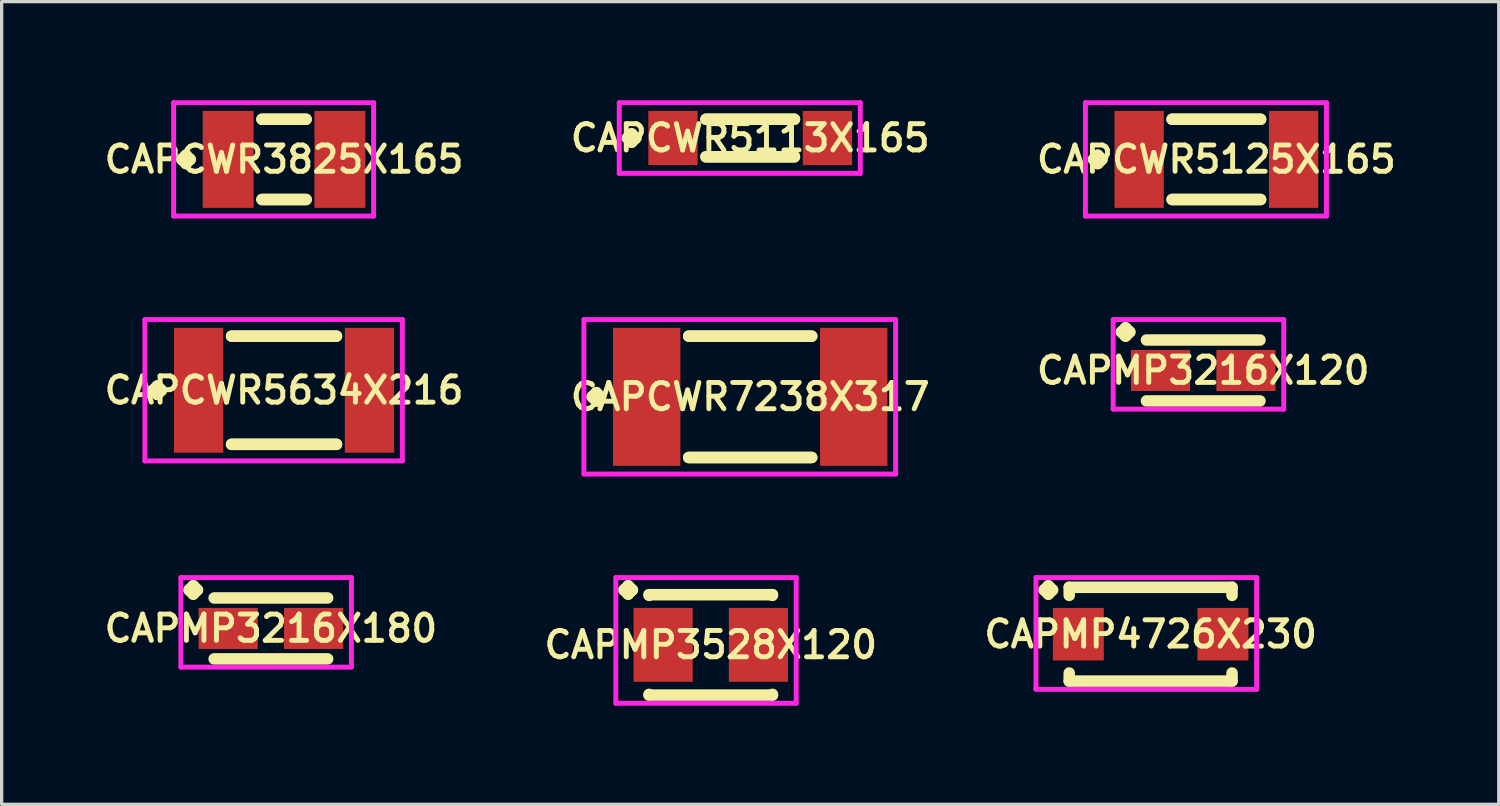
<source format=kicad_pcb>
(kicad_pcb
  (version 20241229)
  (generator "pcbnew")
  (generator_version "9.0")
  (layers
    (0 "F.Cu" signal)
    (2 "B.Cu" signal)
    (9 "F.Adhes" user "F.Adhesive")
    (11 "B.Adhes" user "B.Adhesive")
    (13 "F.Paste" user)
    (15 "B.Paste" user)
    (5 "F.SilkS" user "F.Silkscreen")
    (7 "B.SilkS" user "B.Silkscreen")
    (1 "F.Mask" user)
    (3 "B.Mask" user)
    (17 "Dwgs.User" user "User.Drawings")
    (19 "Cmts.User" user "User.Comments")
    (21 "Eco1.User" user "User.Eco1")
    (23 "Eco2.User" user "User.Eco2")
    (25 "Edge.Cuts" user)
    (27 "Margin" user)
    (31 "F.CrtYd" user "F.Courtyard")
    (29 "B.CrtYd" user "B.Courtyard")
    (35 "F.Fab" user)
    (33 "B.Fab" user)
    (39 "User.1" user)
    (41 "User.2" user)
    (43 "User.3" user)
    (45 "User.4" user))
  (footprint "CAPCWR5113X165"
    (layer "F.Cu")
    (at 19.778 1.15)
    (property "Reference" "CAPCWR5113X165" (at 0 0 0) (layer "F.SilkS") (effects (font (size 0.8 0.8) (thickness 0.15))))
    (attr smd)
    (fp_line (start -3.735 0) (end -3.608 -0.127) (stroke (width 0.35) (type solid)) (layer "F.SilkS"))
    (fp_line (start -3.608 -0.127) (end -3.481 0) (stroke (width 0.35) (type solid)) (layer "F.SilkS"))
    (fp_line (start -3.608 0.127) (end -3.735 0) (stroke (width 0.35) (type solid)) (layer "F.SilkS"))
    (fp_line (start -3.481 0) (end -3.608 0.127) (stroke (width 0.35) (type solid)) (layer "F.SilkS"))
    (fp_line (start -1.346 -0.571) (end 1.346 -0.571) (stroke (width 0.35) (type solid)) (layer "F.SilkS"))
    (fp_line (start -1.346 0.571) (end 1.346 0.571) (stroke (width 0.35) (type solid)) (layer "F.SilkS"))
    (fp_line (start 1.346 -0.571) (end -1.346 -0.571) (stroke (width 0.35) (type solid)) (layer "F.SilkS"))
    (fp_line (start 1.346 0.571) (end -1.346 0.571) (stroke (width 0.35) (type solid)) (layer "F.SilkS"))
    (fp_line (start -3.985 -1.075) (end 3.35 -1.075) (stroke (width 0.15) (type solid)) (layer "F.CrtYd"))
    (fp_line (start -3.985 1.075) (end -3.985 -1.075) (stroke (width 0.15) (type solid)) (layer "F.CrtYd"))
    (fp_line (start 3.35 -1.075) (end 3.35 1.075) (stroke (width 0.15) (type solid)) (layer "F.CrtYd"))
    (fp_line (start 3.35 1.075) (end -3.985 1.075) (stroke (width 0.15) (type solid)) (layer "F.CrtYd"))
    (pad "1" smd rect (at -2.35 0) (size 1.5 1.65) (layers "F.Cu" "F.Mask" "F.Paste"))
    (pad "2" smd rect (at 2.35 0) (size 1.5 1.65) (layers "F.Cu" "F.Mask" "F.Paste")))
  (footprint "CAPCWR7238X317"
    (layer "F.Cu")
    (at 19.778 9.025)
    (property "Reference" "CAPCWR7238X317" (at 0 0 0) (layer "F.SilkS") (effects (font (size 0.8 0.8) (thickness 0.15))))
    (attr smd)
    (fp_line (start -4.81 0) (end -4.683 -0.127) (stroke (width 0.35) (type solid)) (layer "F.SilkS"))
    (fp_line (start -4.683 -0.127) (end -4.556 0) (stroke (width 0.35) (type solid)) (layer "F.SilkS"))
    (fp_line (start -4.683 0.127) (end -4.81 0) (stroke (width 0.35) (type solid)) (layer "F.SilkS"))
    (fp_line (start -4.556 0) (end -4.683 0.127) (stroke (width 0.35) (type solid)) (layer "F.SilkS"))
    (fp_line (start -1.871 -1.846) (end 1.871 -1.846) (stroke (width 0.35) (type solid)) (layer "F.SilkS"))
    (fp_line (start -1.871 1.846) (end 1.871 1.846) (stroke (width 0.35) (type solid)) (layer "F.SilkS"))
    (fp_line (start 1.871 -1.846) (end -1.871 -1.846) (stroke (width 0.35) (type solid)) (layer "F.SilkS"))
    (fp_line (start 1.871 1.846) (end -1.871 1.846) (stroke (width 0.35) (type solid)) (layer "F.SilkS"))
    (fp_line (start -5.06 -2.35) (end 4.425 -2.35) (stroke (width 0.15) (type solid)) (layer "F.CrtYd"))
    (fp_line (start -5.06 2.35) (end -5.06 -2.35) (stroke (width 0.15) (type solid)) (layer "F.CrtYd"))
    (fp_line (start 4.425 -2.35) (end 4.425 2.35) (stroke (width 0.15) (type solid)) (layer "F.CrtYd"))
    (fp_line (start 4.425 2.35) (end -5.06 2.35) (stroke (width 0.15) (type solid)) (layer "F.CrtYd"))
    (pad "1" smd rect (at -3.15 0) (size 2.05 4.2) (layers "F.Cu" "F.Mask" "F.Paste"))
    (pad "2" smd rect (at 3.15 0) (size 2.05 4.2) (layers "F.Cu" "F.Mask" "F.Paste")))
  (footprint "CAPCWR5125X165"
    (layer "F.Cu")
    (at 33.963 1.8)
    (property "Reference" "CAPCWR5125X165" (at 0 0 0) (layer "F.SilkS") (effects (font (size 0.8 0.8) (thickness 0.15))))
    (attr smd)
    (fp_line (start -3.735 0) (end -3.608 -0.127) (stroke (width 0.35) (type solid)) (layer "F.SilkS"))
    (fp_line (start -3.608 -0.127) (end -3.481 0) (stroke (width 0.35) (type solid)) (layer "F.SilkS"))
    (fp_line (start -3.608 0.127) (end -3.735 0) (stroke (width 0.35) (type solid)) (layer "F.SilkS"))
    (fp_line (start -3.481 0) (end -3.608 0.127) (stroke (width 0.35) (type solid)) (layer "F.SilkS"))
    (fp_line (start -1.346 -1.221) (end 1.346 -1.221) (stroke (width 0.35) (type solid)) (layer "F.SilkS"))
    (fp_line (start -1.346 1.221) (end 1.346 1.221) (stroke (width 0.35) (type solid)) (layer "F.SilkS"))
    (fp_line (start 1.346 -1.221) (end -1.346 -1.221) (stroke (width 0.35) (type solid)) (layer "F.SilkS"))
    (fp_line (start 1.346 1.221) (end -1.346 1.221) (stroke (width 0.35) (type solid)) (layer "F.SilkS"))
    (fp_line (start -3.985 -1.725) (end 3.35 -1.725) (stroke (width 0.15) (type solid)) (layer "F.CrtYd"))
    (fp_line (start -3.985 1.725) (end -3.985 -1.725) (stroke (width 0.15) (type solid)) (layer "F.CrtYd"))
    (fp_line (start 3.35 -1.725) (end 3.35 1.725) (stroke (width 0.15) (type solid)) (layer "F.CrtYd"))
    (fp_line (start 3.35 1.725) (end -3.985 1.725) (stroke (width 0.15) (type solid)) (layer "F.CrtYd"))
    (pad "1" smd rect (at -2.35 0) (size 1.5 2.95) (layers "F.Cu" "F.Mask" "F.Paste"))
    (pad "2" smd rect (at 2.35 0) (size 1.5 2.95) (layers "F.Cu" "F.Mask" "F.Paste")))
  (footprint "CAPMP3216X120"
    (layer "F.Cu")
    (at 33.563 8.223)
    (property "Reference" "CAPMP3216X120" (at 0 0 0) (layer "F.SilkS") (effects (font (size 0.8 0.8) (thickness 0.15))))
    (attr smd)
    (fp_line (start -2.489 -1.171) (end -2.362 -1.298) (stroke (width 0.35) (type solid)) (layer "F.SilkS"))
    (fp_line (start -2.362 -1.298) (end -2.235 -1.171) (stroke (width 0.35) (type solid)) (layer "F.SilkS"))
    (fp_line (start -2.362 -1.044) (end -2.489 -1.171) (stroke (width 0.35) (type solid)) (layer "F.SilkS"))
    (fp_line (start -2.235 -1.171) (end -2.362 -1.044) (stroke (width 0.35) (type solid)) (layer "F.SilkS"))
    (fp_line (start -1.727 -0.927) (end 1.727 -0.927) (stroke (width 0.35) (type solid)) (layer "F.SilkS"))
    (fp_line (start -1.727 0.927) (end 1.727 0.927) (stroke (width 0.35) (type solid)) (layer "F.SilkS"))
    (fp_line (start -2.739 -1.548) (end 2.45 -1.548) (stroke (width 0.15) (type solid)) (layer "F.CrtYd"))
    (fp_line (start -2.739 1.177) (end -2.739 -1.548) (stroke (width 0.15) (type solid)) (layer "F.CrtYd"))
    (fp_line (start 2.45 -1.548) (end 2.45 1.177) (stroke (width 0.15) (type solid)) (layer "F.CrtYd"))
    (fp_line (start 2.45 1.177) (end -2.739 1.177) (stroke (width 0.15) (type solid)) (layer "F.CrtYd"))
    (pad "1" smd rect (at -1.3 0) (size 1.8 1.25) (layers "F.Cu" "F.Mask" "F.Paste"))
    (pad "2" smd rect (at 1.3 0) (size 1.8 1.25) (layers "F.Cu" "F.Mask" "F.Paste")))
  (footprint "CAPMP4726X230"
    (layer "F.Cu")
    (at 31.963 16.248)
    (property "Reference" "CAPMP4726X230" (at 0 0 0) (layer "F.SilkS") (effects (font (size 0.8 0.8) (thickness 0.15))))
    (attr smd)
    (fp_line (start -3.239 -1.346) (end -3.112 -1.473) (stroke (width 0.35) (type solid)) (layer "F.SilkS"))
    (fp_line (start -3.112 -1.473) (end -2.985 -1.346) (stroke (width 0.35) (type solid)) (layer "F.SilkS"))
    (fp_line (start -3.112 -1.219) (end -3.239 -1.346) (stroke (width 0.35) (type solid)) (layer "F.SilkS"))
    (fp_line (start -2.985 -1.346) (end -3.112 -1.219) (stroke (width 0.35) (type solid)) (layer "F.SilkS"))
    (fp_line (start -2.477 -1.427) (end 2.477 -1.427) (stroke (width 0.35) (type solid)) (layer "F.SilkS"))
    (fp_line (start -2.477 -1.181) (end -2.477 -1.427) (stroke (width 0.35) (type solid)) (layer "F.SilkS"))
    (fp_line (start -2.477 1.181) (end -2.477 1.427) (stroke (width 0.35) (type solid)) (layer "F.SilkS"))
    (fp_line (start -2.477 1.427) (end 2.477 1.427) (stroke (width 0.35) (type solid)) (layer "F.SilkS"))
    (fp_line (start 2.477 -1.427) (end 2.477 -1.181) (stroke (width 0.35) (type solid)) (layer "F.SilkS"))
    (fp_line (start 2.477 1.427) (end 2.477 1.181) (stroke (width 0.35) (type solid)) (layer "F.SilkS"))
    (fp_line (start -3.489 -1.723) (end 3.225 -1.723) (stroke (width 0.15) (type solid)) (layer "F.CrtYd"))
    (fp_line (start -3.489 1.677) (end -3.489 -1.723) (stroke (width 0.15) (type solid)) (layer "F.CrtYd"))
    (fp_line (start 3.225 -1.723) (end 3.225 1.677) (stroke (width 0.15) (type solid)) (layer "F.CrtYd"))
    (fp_line (start 3.225 1.677) (end -3.489 1.677) (stroke (width 0.15) (type solid)) (layer "F.CrtYd"))
    (pad "1" smd rect (at -2.2 0) (size 1.55 1.6) (layers "F.Cu" "F.Mask" "F.Paste"))
    (pad "2" smd rect (at 2.2 0) (size 1.55 1.6) (layers "F.Cu" "F.Mask" "F.Paste")))
  (footprint "CAPMP3216X180"
    (layer "F.Cu")
    (at 5.193 16.073)
    (property "Reference" "CAPMP3216X180" (at 0 0 0) (layer "F.SilkS") (effects (font (size 0.8 0.8) (thickness 0.15))))
    (attr smd)
    (fp_line (start -2.489 -1.171) (end -2.362 -1.298) (stroke (width 0.35) (type solid)) (layer "F.SilkS"))
    (fp_line (start -2.362 -1.298) (end -2.235 -1.171) (stroke (width 0.35) (type solid)) (layer "F.SilkS"))
    (fp_line (start -2.362 -1.044) (end -2.489 -1.171) (stroke (width 0.35) (type solid)) (layer "F.SilkS"))
    (fp_line (start -2.235 -1.171) (end -2.362 -1.044) (stroke (width 0.35) (type solid)) (layer "F.SilkS"))
    (fp_line (start -1.727 -0.927) (end 1.727 -0.927) (stroke (width 0.35) (type solid)) (layer "F.SilkS"))
    (fp_line (start -1.727 0.927) (end 1.727 0.927) (stroke (width 0.35) (type solid)) (layer "F.SilkS"))
    (fp_line (start -2.739 -1.548) (end 2.45 -1.548) (stroke (width 0.15) (type solid)) (layer "F.CrtYd"))
    (fp_line (start -2.739 1.177) (end -2.739 -1.548) (stroke (width 0.15) (type solid)) (layer "F.CrtYd"))
    (fp_line (start 2.45 -1.548) (end 2.45 1.177) (stroke (width 0.15) (type solid)) (layer "F.CrtYd"))
    (fp_line (start 2.45 1.177) (end -2.739 1.177) (stroke (width 0.15) (type solid)) (layer "F.CrtYd"))
    (pad "1" smd rect (at -1.3 0) (size 1.8 1.25) (layers "F.Cu" "F.Mask" "F.Paste"))
    (pad "2" smd rect (at 1.3 0) (size 1.8 1.25) (layers "F.Cu" "F.Mask" "F.Paste")))
  (footprint "CAPMP3528X120"
    (layer "F.Cu")
    (at 18.578 16.573)
    (property "Reference" "CAPMP3528X120" (at 0 0 0) (layer "F.SilkS") (effects (font (size 0.8 0.8) (thickness 0.15))))
    (attr smd)
    (fp_line (start -2.639 -1.671) (end -2.512 -1.798) (stroke (width 0.35) (type solid)) (layer "F.SilkS"))
    (fp_line (start -2.512 -1.798) (end -2.385 -1.671) (stroke (width 0.35) (type solid)) (layer "F.SilkS"))
    (fp_line (start -2.512 -1.544) (end -2.639 -1.671) (stroke (width 0.35) (type solid)) (layer "F.SilkS"))
    (fp_line (start -2.385 -1.671) (end -2.512 -1.544) (stroke (width 0.35) (type solid)) (layer "F.SilkS"))
    (fp_line (start -1.877 -1.527) (end 1.877 -1.527) (stroke (width 0.35) (type solid)) (layer "F.SilkS"))
    (fp_line (start -1.877 -1.506) (end -1.877 -1.527) (stroke (width 0.35) (type solid)) (layer "F.SilkS"))
    (fp_line (start -1.877 1.506) (end -1.877 1.527) (stroke (width 0.35) (type solid)) (layer "F.SilkS"))
    (fp_line (start -1.877 1.527) (end 1.877 1.527) (stroke (width 0.35) (type solid)) (layer "F.SilkS"))
    (fp_line (start 1.877 -1.527) (end 1.877 -1.506) (stroke (width 0.35) (type solid)) (layer "F.SilkS"))
    (fp_line (start 1.877 1.527) (end 1.877 1.506) (stroke (width 0.35) (type solid)) (layer "F.SilkS"))
    (fp_line (start -2.889 -2.048) (end 2.6 -2.048) (stroke (width 0.15) (type solid)) (layer "F.CrtYd"))
    (fp_line (start -2.889 1.777) (end -2.889 -2.048) (stroke (width 0.15) (type solid)) (layer "F.CrtYd"))
    (fp_line (start 2.6 -2.048) (end 2.6 1.777) (stroke (width 0.15) (type solid)) (layer "F.CrtYd"))
    (fp_line (start 2.6 1.777) (end -2.889 1.777) (stroke (width 0.15) (type solid)) (layer "F.CrtYd"))
    (pad "1" smd rect (at -1.45 0) (size 1.8 2.25) (layers "F.Cu" "F.Mask" "F.Paste"))
    (pad "2" smd rect (at 1.45 0) (size 1.8 2.25) (layers "F.Cu" "F.Mask" "F.Paste")))
  (footprint "CAPCWR5634X216"
    (layer "F.Cu")
    (at 5.593 8.825)
    (property "Reference" "CAPCWR5634X216" (at 0 0 0) (layer "F.SilkS") (effects (font (size 0.8 0.8) (thickness 0.15))))
    (attr smd)
    (fp_line (start -3.985 0) (end -3.858 -0.127) (stroke (width 0.35) (type solid)) (layer "F.SilkS"))
    (fp_line (start -3.858 -0.127) (end -3.731 0) (stroke (width 0.35) (type solid)) (layer "F.SilkS"))
    (fp_line (start -3.858 0.127) (end -3.985 0) (stroke (width 0.35) (type solid)) (layer "F.SilkS"))
    (fp_line (start -3.731 0) (end -3.858 0.127) (stroke (width 0.35) (type solid)) (layer "F.SilkS"))
    (fp_line (start -1.596 -1.646) (end 1.596 -1.646) (stroke (width 0.35) (type solid)) (layer "F.SilkS"))
    (fp_line (start -1.596 1.646) (end 1.596 1.646) (stroke (width 0.35) (type solid)) (layer "F.SilkS"))
    (fp_line (start 1.596 -1.646) (end -1.596 -1.646) (stroke (width 0.35) (type solid)) (layer "F.SilkS"))
    (fp_line (start 1.596 1.646) (end -1.596 1.646) (stroke (width 0.35) (type solid)) (layer "F.SilkS"))
    (fp_line (start -4.235 -2.15) (end 3.6 -2.15) (stroke (width 0.15) (type solid)) (layer "F.CrtYd"))
    (fp_line (start -4.235 2.15) (end -4.235 -2.15) (stroke (width 0.15) (type solid)) (layer "F.CrtYd"))
    (fp_line (start 3.6 -2.15) (end 3.6 2.15) (stroke (width 0.15) (type solid)) (layer "F.CrtYd"))
    (fp_line (start 3.6 2.15) (end -4.235 2.15) (stroke (width 0.15) (type solid)) (layer "F.CrtYd"))
    (pad "1" smd rect (at -2.6 0) (size 1.5 3.8) (layers "F.Cu" "F.Mask" "F.Paste"))
    (pad "2" smd rect (at 2.6 0) (size 1.5 3.8) (layers "F.Cu" "F.Mask" "F.Paste")))
  (footprint "CAPCWR3825X165"
    (layer "F.Cu")
    (at 5.593 1.8)
    (property "Reference" "CAPCWR3825X165" (at 0 0 0) (layer "F.SilkS") (effects (font (size 0.8 0.8) (thickness 0.15))))
    (attr smd)
    (fp_line (start -3.11 0) (end -2.983 -0.127) (stroke (width 0.35) (type solid)) (layer "F.SilkS"))
    (fp_line (start -2.983 -0.127) (end -2.856 0) (stroke (width 0.35) (type solid)) (layer "F.SilkS"))
    (fp_line (start -2.983 0.127) (end -3.11 0) (stroke (width 0.35) (type solid)) (layer "F.SilkS"))
    (fp_line (start -2.856 0) (end -2.983 0.127) (stroke (width 0.35) (type solid)) (layer "F.SilkS"))
    (fp_line (start -0.671 -1.221) (end 0.671 -1.221) (stroke (width 0.35) (type solid)) (layer "F.SilkS"))
    (fp_line (start -0.671 1.221) (end 0.671 1.221) (stroke (width 0.35) (type solid)) (layer "F.SilkS"))
    (fp_line (start 0.671 -1.221) (end -0.671 -1.221) (stroke (width 0.35) (type solid)) (layer "F.SilkS"))
    (fp_line (start 0.671 1.221) (end -0.671 1.221) (stroke (width 0.35) (type solid)) (layer "F.SilkS"))
    (fp_line (start -3.36 -1.725) (end 2.725 -1.725) (stroke (width 0.15) (type solid)) (layer "F.CrtYd"))
    (fp_line (start -3.36 1.725) (end -3.36 -1.725) (stroke (width 0.15) (type solid)) (layer "F.CrtYd"))
    (fp_line (start 2.725 -1.725) (end 2.725 1.725) (stroke (width 0.15) (type solid)) (layer "F.CrtYd"))
    (fp_line (start 2.725 1.725) (end -3.36 1.725) (stroke (width 0.15) (type solid)) (layer "F.CrtYd"))
    (pad "1" smd rect (at -1.7 0) (size 1.55 2.95) (layers "F.Cu" "F.Mask" "F.Paste"))
    (pad "2" smd rect (at 1.7 0) (size 1.55 2.95) (layers "F.Cu" "F.Mask" "F.Paste")))
  (gr_rect
    (start -3 -3)
    (end 42.556 21.425)
    (stroke (width 0.1) (type default))
    (fill no)
    (layer "Edge.Cuts")))
</source>
